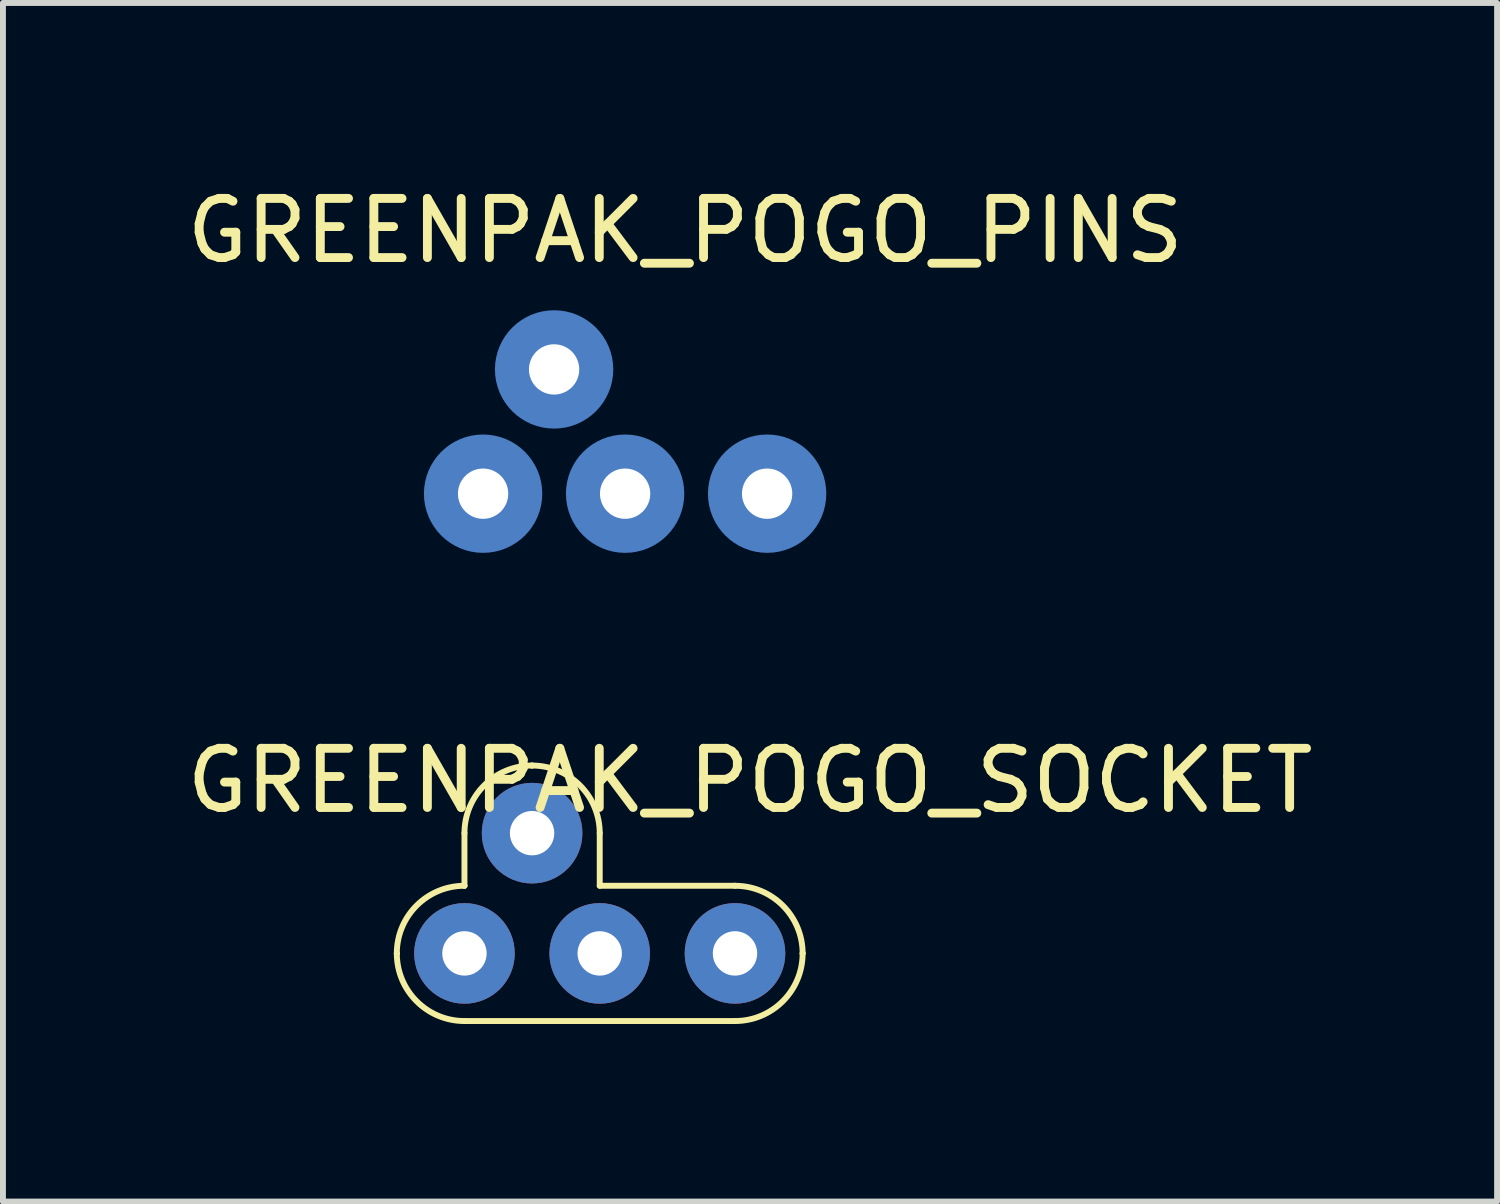
<source format=kicad_pcb>
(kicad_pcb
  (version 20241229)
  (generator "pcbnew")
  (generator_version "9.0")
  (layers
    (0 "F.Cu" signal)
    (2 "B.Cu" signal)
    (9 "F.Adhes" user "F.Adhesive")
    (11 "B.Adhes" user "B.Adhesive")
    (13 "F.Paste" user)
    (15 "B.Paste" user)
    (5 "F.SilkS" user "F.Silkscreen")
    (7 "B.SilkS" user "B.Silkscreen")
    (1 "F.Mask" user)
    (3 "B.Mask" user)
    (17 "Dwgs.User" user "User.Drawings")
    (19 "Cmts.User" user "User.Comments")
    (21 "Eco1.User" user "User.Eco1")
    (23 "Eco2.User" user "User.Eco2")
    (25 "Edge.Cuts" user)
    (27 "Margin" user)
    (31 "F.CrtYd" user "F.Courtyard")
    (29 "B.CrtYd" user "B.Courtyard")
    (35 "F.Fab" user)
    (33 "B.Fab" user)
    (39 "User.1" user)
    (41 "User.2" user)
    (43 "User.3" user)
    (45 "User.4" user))
  (footprint "GREENPAK_POGO_SOCKET"
    (layer "F.Cu")
    (at 7.085 13.062)
    (property "Reference" "GREENPAK_POGO_SOCKET" (at 2.54 -2.921 0) (layer "F.SilkS") (effects (font (size 1 1) (thickness 0.15))))
    (attr through_hole)
    (fp_line (start -3.429 0) (end -3.429 0) (stroke (width 0.1) (type default)) (layer "F.SilkS"))
    (fp_line (start -2.286 -2.032) (end -2.286 -1.143) (stroke (width 0.1) (type default)) (layer "F.SilkS"))
    (fp_line (start -2.286 -1.143) (end -2.286 -1.143) (stroke (width 0.1) (type default)) (layer "F.SilkS"))
    (fp_line (start -2.286 1.143) (end 2.286 1.143) (stroke (width 0.1) (type default)) (layer "F.SilkS"))
    (fp_line (start -1.143 -3.175) (end -1.143 -3.175) (stroke (width 0.1) (type default)) (layer "F.SilkS"))
    (fp_line (start 0 -1.143) (end 0 -2.032) (stroke (width 0.1) (type default)) (layer "F.SilkS"))
    (fp_line (start 2.286 -1.143) (end 0 -1.143) (stroke (width 0.1) (type default)) (layer "F.SilkS"))
    (fp_line (start 3.429 0) (end 3.429 0) (stroke (width 0.1) (type default)) (layer "F.SilkS"))
    (fp_arc (start -3.429 0) (mid -3.094223 -0.808223) (end -2.286 -1.143) (stroke (width 0.1) (type default)) (layer "F.SilkS"))
    (fp_arc (start -2.286 -2.032) (mid -1.951223 -2.840223) (end -1.143 -3.175) (stroke (width 0.1) (type default)) (layer "F.SilkS"))
    (fp_arc (start -2.286 1.143) (mid -3.094223 0.808223) (end -3.429 0) (stroke (width 0.1) (type default)) (layer "F.SilkS"))
    (fp_arc (start -1.143 -3.175) (mid -0.334777 -2.840223) (end 0 -2.032) (stroke (width 0.1) (type default)) (layer "F.SilkS"))
    (fp_arc (start 2.286 -1.143) (mid 3.094223 -0.808223) (end 3.429 0) (stroke (width 0.1) (type default)) (layer "F.SilkS"))
    (fp_arc (start 3.429 0) (mid 3.094223 0.808223) (end 2.286 1.143) (stroke (width 0.1) (type default)) (layer "F.SilkS"))
    (pad "1" thru_hole circle (at -2.286 0) (size 1.7 1.7) (drill 0.75) (layers "*.Cu" "F.Mask"))
    (pad "2" thru_hole circle (at 0 0) (size 1.7 1.7) (drill 0.75) (layers "*.Cu" "F.Mask"))
    (pad "3" thru_hole circle (at 2.286 0) (size 1.7 1.7) (drill 0.75) (layers "*.Cu" "F.Mask"))
    (pad "4" thru_hole circle (at -1.143 -2.032) (size 1.7 1.7) (drill 0.75) (layers "*.Cu" "F.Mask")))
  (footprint "GREENPAK_POGO_PINS"
    (layer "F.Cu")
    (at 7.514 5.293)
    (property "Reference" "GREENPAK_POGO_PINS" (at 1.016 -4.445 0) (layer "F.SilkS") (effects (font (size 1 1) (thickness 0.15))))
    (attr through_hole)
    (fp_circle (center -2.4 0) (end -1.55 0) (stroke (width 0.3) (type solid)) (fill no) (layer "B.Cu"))
    (fp_circle (center -1.2 -2.1) (end -0.35 -2.1) (stroke (width 0.3) (type solid)) (fill no) (layer "B.Cu"))
    (fp_circle (center 0 0) (end 0.85 0) (stroke (width 0.3) (type solid)) (fill no) (layer "B.Cu"))
    (fp_circle (center 2.4 0) (end 3.25 0) (stroke (width 0.3) (type solid)) (fill no) (layer "B.Cu"))
    (fp_circle (center -2.4 0) (end -1.55 0) (stroke (width 0.3) (type solid)) (fill no) (layer "B.Mask"))
    (fp_circle (center -1.2 -2.1) (end -0.35 -2.1) (stroke (width 0.3) (type solid)) (fill no) (layer "B.Mask"))
    (fp_circle (center 0 0) (end 0.85 0) (stroke (width 0.3) (type solid)) (fill no) (layer "B.Mask"))
    (fp_circle (center 2.4 0) (end 3.25 0) (stroke (width 0.3) (type solid)) (fill no) (layer "B.Mask"))
    (pad "1" thru_hole circle (at -2.4 0) (size 1.5 1.5) (drill 0.85) (layers "*.Cu" "*.Mask"))
    (pad "2" thru_hole circle (at 0 0) (size 1.5 1.5) (drill 0.85) (layers "*.Cu" "*.Mask"))
    (pad "3" thru_hole circle (at 2.4 0) (size 1.5 1.5) (drill 0.85) (layers "*.Cu" "*.Mask"))
    (pad "4" thru_hole circle (at -1.2 -2.1) (size 1.5 1.5) (drill 0.85) (layers "*.Cu" "*.Mask")))
  (gr_rect
    (start -3 -3)
    (end 22.25 17.256)
    (stroke (width 0.1) (type default))
    (fill no)
    (layer "Edge.Cuts")))
</source>
